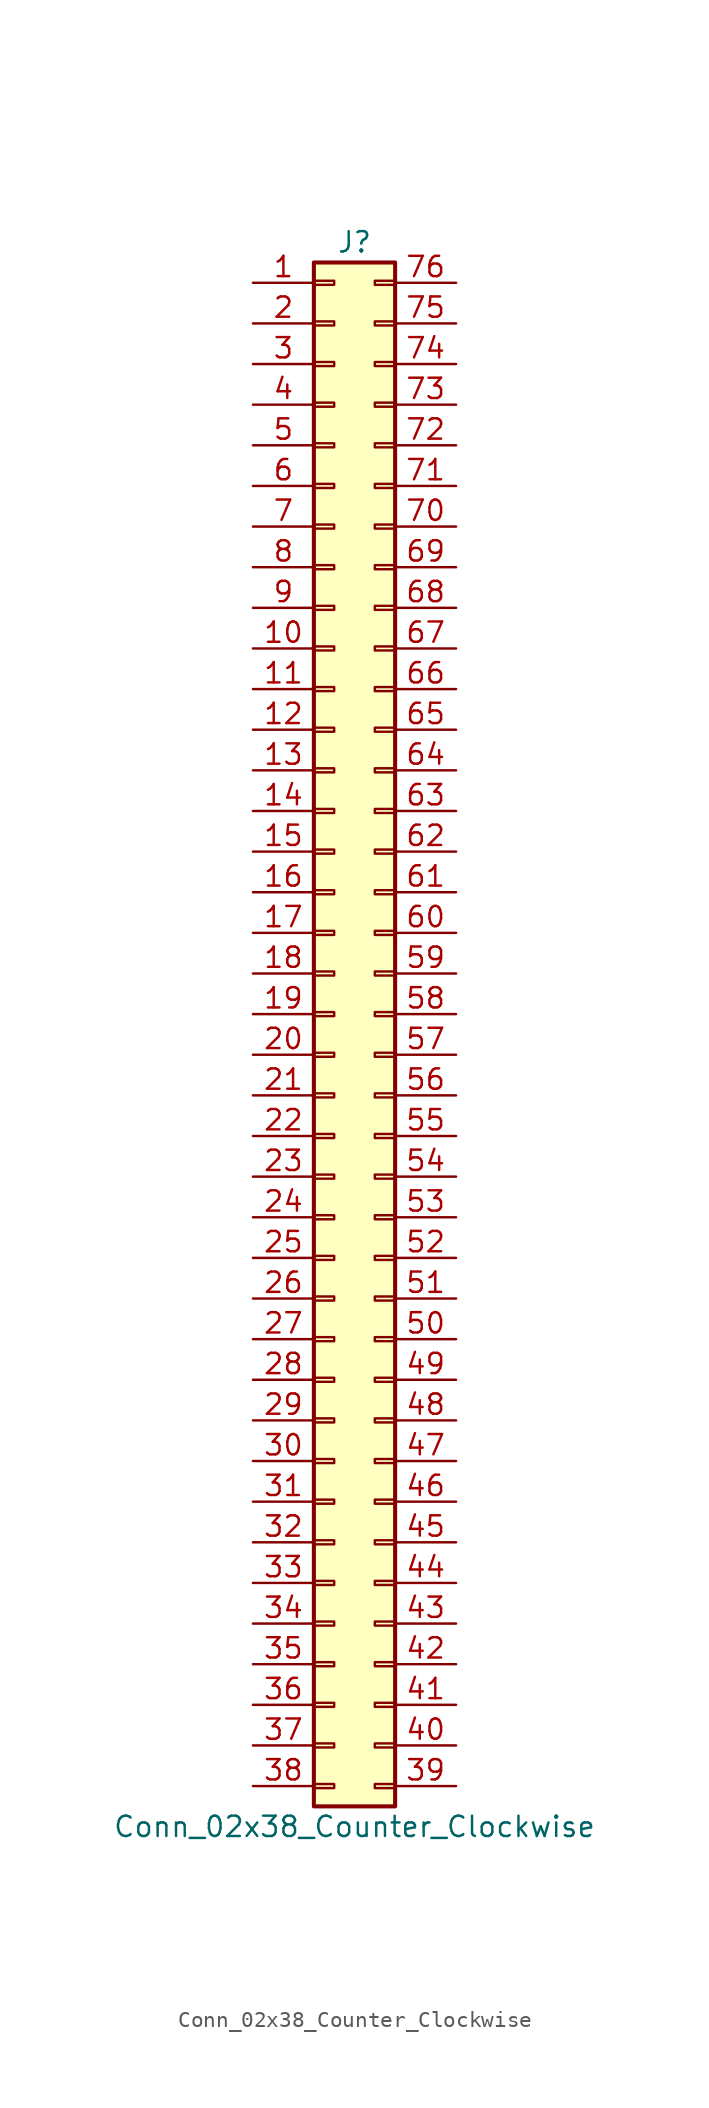
<source format=kicad_sym>
(kicad_symbol_lib
  (version 20201005)
  (generator kicad_symbol_editor)
  (symbol "Conn_02x38_Counter_Clockwise"
    (pin_names
      (offset 1.016) hide)
    (property "Reference" "J"
      (at 1.27 48.26 0)
      (effects (font (size 1.27 1.27))))
    (property "Value" "Conn_02x38_Counter_Clockwise"
      (at 1.27 -50.8 0)
      (effects (font (size 1.27 1.27))))
    (symbol "Conn_02x38_Counter_Clockwise_1_1"
      (rectangle (start -1.27 -48.133) (end 0 -48.387) (stroke (width 0.152)) (fill (type none)))
      (rectangle (start -1.27 -45.593) (end 0 -45.847) (stroke (width 0.152)) (fill (type none)))
      (rectangle (start -1.27 -43.053) (end 0 -43.307) (stroke (width 0.152)) (fill (type none)))
      (rectangle (start -1.27 -40.513) (end 0 -40.767) (stroke (width 0.152)) (fill (type none)))
      (rectangle (start -1.27 -37.973) (end 0 -38.227) (stroke (width 0.152)) (fill (type none)))
      (rectangle (start -1.27 -35.433) (end 0 -35.687) (stroke (width 0.152)) (fill (type none)))
      (rectangle (start -1.27 -32.893) (end 0 -33.147) (stroke (width 0.152)) (fill (type none)))
      (rectangle (start -1.27 -30.353) (end 0 -30.607) (stroke (width 0.152)) (fill (type none)))
      (rectangle (start -1.27 -27.813) (end 0 -28.067) (stroke (width 0.152)) (fill (type none)))
      (rectangle (start -1.27 -25.273) (end 0 -25.527) (stroke (width 0.152)) (fill (type none)))
      (rectangle (start -1.27 -22.733) (end 0 -22.987) (stroke (width 0.152)) (fill (type none)))
      (rectangle (start -1.27 -20.193) (end 0 -20.447) (stroke (width 0.152)) (fill (type none)))
      (rectangle (start -1.27 -17.653) (end 0 -17.907) (stroke (width 0.152)) (fill (type none)))
      (rectangle (start -1.27 -15.113) (end 0 -15.367) (stroke (width 0.152)) (fill (type none)))
      (rectangle (start -1.27 -12.573) (end 0 -12.827) (stroke (width 0.152)) (fill (type none)))
      (rectangle (start -1.27 -10.033) (end 0 -10.287) (stroke (width 0.152)) (fill (type none)))
      (rectangle (start -1.27 -7.493) (end 0 -7.747) (stroke (width 0.152)) (fill (type none)))
      (rectangle (start -1.27 -4.953) (end 0 -5.207) (stroke (width 0.152)) (fill (type none)))
      (rectangle (start -1.27 -2.413) (end 0 -2.667) (stroke (width 0.152)) (fill (type none)))
      (rectangle (start -1.27 0.127) (end 0 -0.127) (stroke (width 0.152)) (fill (type none)))
      (rectangle (start -1.27 2.667) (end 0 2.413) (stroke (width 0.152)) (fill (type none)))
      (rectangle (start -1.27 5.207) (end 0 4.953) (stroke (width 0.152)) (fill (type none)))
      (rectangle (start -1.27 7.747) (end 0 7.493) (stroke (width 0.152)) (fill (type none)))
      (rectangle (start -1.27 10.287) (end 0 10.033) (stroke (width 0.152)) (fill (type none)))
      (rectangle (start -1.27 12.827) (end 0 12.573) (stroke (width 0.152)) (fill (type none)))
      (rectangle (start -1.27 15.367) (end 0 15.113) (stroke (width 0.152)) (fill (type none)))
      (rectangle (start -1.27 17.907) (end 0 17.653) (stroke (width 0.152)) (fill (type none)))
      (rectangle (start -1.27 20.447) (end 0 20.193) (stroke (width 0.152)) (fill (type none)))
      (rectangle (start -1.27 22.987) (end 0 22.733) (stroke (width 0.152)) (fill (type none)))
      (rectangle (start -1.27 25.527) (end 0 25.273) (stroke (width 0.152)) (fill (type none)))
      (rectangle (start -1.27 28.067) (end 0 27.813) (stroke (width 0.152)) (fill (type none)))
      (rectangle (start -1.27 30.607) (end 0 30.353) (stroke (width 0.152)) (fill (type none)))
      (rectangle (start -1.27 33.147) (end 0 32.893) (stroke (width 0.152)) (fill (type none)))
      (rectangle (start -1.27 35.687) (end 0 35.433) (stroke (width 0.152)) (fill (type none)))
      (rectangle (start -1.27 38.227) (end 0 37.973) (stroke (width 0.152)) (fill (type none)))
      (rectangle (start -1.27 40.767) (end 0 40.513) (stroke (width 0.152)) (fill (type none)))
      (rectangle (start -1.27 43.307) (end 0 43.053) (stroke (width 0.152)) (fill (type none)))
      (rectangle (start -1.27 45.847) (end 0 45.593) (stroke (width 0.152)) (fill (type none)))
      (rectangle (start 3.81 -48.133) (end 2.54 -48.387) (stroke (width 0.152)) (fill (type none)))
      (rectangle (start 3.81 -45.593) (end 2.54 -45.847) (stroke (width 0.152)) (fill (type none)))
      (rectangle (start 3.81 -43.053) (end 2.54 -43.307) (stroke (width 0.152)) (fill (type none)))
      (rectangle (start 3.81 -40.513) (end 2.54 -40.767) (stroke (width 0.152)) (fill (type none)))
      (rectangle (start 3.81 -37.973) (end 2.54 -38.227) (stroke (width 0.152)) (fill (type none)))
      (rectangle (start 3.81 -35.433) (end 2.54 -35.687) (stroke (width 0.152)) (fill (type none)))
      (rectangle (start 3.81 -32.893) (end 2.54 -33.147) (stroke (width 0.152)) (fill (type none)))
      (rectangle (start 3.81 -30.353) (end 2.54 -30.607) (stroke (width 0.152)) (fill (type none)))
      (rectangle (start 3.81 -27.813) (end 2.54 -28.067) (stroke (width 0.152)) (fill (type none)))
      (rectangle (start 3.81 -25.273) (end 2.54 -25.527) (stroke (width 0.152)) (fill (type none)))
      (rectangle (start 3.81 -22.733) (end 2.54 -22.987) (stroke (width 0.152)) (fill (type none)))
      (rectangle (start 3.81 -20.193) (end 2.54 -20.447) (stroke (width 0.152)) (fill (type none)))
      (rectangle (start 3.81 -17.653) (end 2.54 -17.907) (stroke (width 0.152)) (fill (type none)))
      (rectangle (start 3.81 -15.113) (end 2.54 -15.367) (stroke (width 0.152)) (fill (type none)))
      (rectangle (start 3.81 -12.573) (end 2.54 -12.827) (stroke (width 0.152)) (fill (type none)))
      (rectangle (start 3.81 -10.033) (end 2.54 -10.287) (stroke (width 0.152)) (fill (type none)))
      (rectangle (start 3.81 -7.493) (end 2.54 -7.747) (stroke (width 0.152)) (fill (type none)))
      (rectangle (start 3.81 -4.953) (end 2.54 -5.207) (stroke (width 0.152)) (fill (type none)))
      (rectangle (start 3.81 -2.413) (end 2.54 -2.667) (stroke (width 0.152)) (fill (type none)))
      (rectangle (start 3.81 0.127) (end 2.54 -0.127) (stroke (width 0.152)) (fill (type none)))
      (rectangle (start 3.81 2.667) (end 2.54 2.413) (stroke (width 0.152)) (fill (type none)))
      (rectangle (start 3.81 5.207) (end 2.54 4.953) (stroke (width 0.152)) (fill (type none)))
      (rectangle (start 3.81 7.747) (end 2.54 7.493) (stroke (width 0.152)) (fill (type none)))
      (rectangle (start 3.81 10.287) (end 2.54 10.033) (stroke (width 0.152)) (fill (type none)))
      (rectangle (start 3.81 12.827) (end 2.54 12.573) (stroke (width 0.152)) (fill (type none)))
      (rectangle (start 3.81 15.367) (end 2.54 15.113) (stroke (width 0.152)) (fill (type none)))
      (rectangle (start 3.81 17.907) (end 2.54 17.653) (stroke (width 0.152)) (fill (type none)))
      (rectangle (start 3.81 20.447) (end 2.54 20.193) (stroke (width 0.152)) (fill (type none)))
      (rectangle (start 3.81 22.987) (end 2.54 22.733) (stroke (width 0.152)) (fill (type none)))
      (rectangle (start 3.81 25.527) (end 2.54 25.273) (stroke (width 0.152)) (fill (type none)))
      (rectangle (start 3.81 28.067) (end 2.54 27.813) (stroke (width 0.152)) (fill (type none)))
      (rectangle (start 3.81 30.607) (end 2.54 30.353) (stroke (width 0.152)) (fill (type none)))
      (rectangle (start 3.81 33.147) (end 2.54 32.893) (stroke (width 0.152)) (fill (type none)))
      (rectangle (start 3.81 35.687) (end 2.54 35.433) (stroke (width 0.152)) (fill (type none)))
      (rectangle (start 3.81 38.227) (end 2.54 37.973) (stroke (width 0.152)) (fill (type none)))
      (rectangle (start 3.81 40.767) (end 2.54 40.513) (stroke (width 0.152)) (fill (type none)))
      (rectangle (start 3.81 43.307) (end 2.54 43.053) (stroke (width 0.152)) (fill (type none)))
      (rectangle (start 3.81 45.847) (end 2.54 45.593) (stroke (width 0.152)) (fill (type none)))
      (rectangle (start -1.27 46.99) (end 3.81 -49.53) (stroke (width 0.254)) (fill (type background)))
      (pin passive line (at -5.08 45.72 0) (length 3.81) (name "Pin_1" (effects (font (size 1.27 1.27)))) (number "1" (effects (font (size 1.27 1.27)))))
      (pin passive line (at -5.08 22.86 0) (length 3.81) (name "Pin_10" (effects (font (size 1.27 1.27)))) (number "10" (effects (font (size 1.27 1.27)))))
      (pin passive line (at -5.08 20.32 0) (length 3.81) (name "Pin_11" (effects (font (size 1.27 1.27)))) (number "11" (effects (font (size 1.27 1.27)))))
      (pin passive line (at -5.08 17.78 0) (length 3.81) (name "Pin_12" (effects (font (size 1.27 1.27)))) (number "12" (effects (font (size 1.27 1.27)))))
      (pin passive line (at -5.08 15.24 0) (length 3.81) (name "Pin_13" (effects (font (size 1.27 1.27)))) (number "13" (effects (font (size 1.27 1.27)))))
      (pin passive line (at -5.08 12.7 0) (length 3.81) (name "Pin_14" (effects (font (size 1.27 1.27)))) (number "14" (effects (font (size 1.27 1.27)))))
      (pin passive line (at -5.08 10.16 0) (length 3.81) (name "Pin_15" (effects (font (size 1.27 1.27)))) (number "15" (effects (font (size 1.27 1.27)))))
      (pin passive line (at -5.08 7.62 0) (length 3.81) (name "Pin_16" (effects (font (size 1.27 1.27)))) (number "16" (effects (font (size 1.27 1.27)))))
      (pin passive line (at -5.08 5.08 0) (length 3.81) (name "Pin_17" (effects (font (size 1.27 1.27)))) (number "17" (effects (font (size 1.27 1.27)))))
      (pin passive line (at -5.08 2.54 0) (length 3.81) (name "Pin_18" (effects (font (size 1.27 1.27)))) (number "18" (effects (font (size 1.27 1.27)))))
      (pin passive line (at -5.08 0 0) (length 3.81) (name "Pin_19" (effects (font (size 1.27 1.27)))) (number "19" (effects (font (size 1.27 1.27)))))
      (pin passive line (at -5.08 43.18 0) (length 3.81) (name "Pin_2" (effects (font (size 1.27 1.27)))) (number "2" (effects (font (size 1.27 1.27)))))
      (pin passive line (at -5.08 -2.54 0) (length 3.81) (name "Pin_20" (effects (font (size 1.27 1.27)))) (number "20" (effects (font (size 1.27 1.27)))))
      (pin passive line (at -5.08 -5.08 0) (length 3.81) (name "Pin_21" (effects (font (size 1.27 1.27)))) (number "21" (effects (font (size 1.27 1.27)))))
      (pin passive line (at -5.08 -7.62 0) (length 3.81) (name "Pin_22" (effects (font (size 1.27 1.27)))) (number "22" (effects (font (size 1.27 1.27)))))
      (pin passive line (at -5.08 -10.16 0) (length 3.81) (name "Pin_23" (effects (font (size 1.27 1.27)))) (number "23" (effects (font (size 1.27 1.27)))))
      (pin passive line (at -5.08 -12.7 0) (length 3.81) (name "Pin_24" (effects (font (size 1.27 1.27)))) (number "24" (effects (font (size 1.27 1.27)))))
      (pin passive line (at -5.08 -15.24 0) (length 3.81) (name "Pin_25" (effects (font (size 1.27 1.27)))) (number "25" (effects (font (size 1.27 1.27)))))
      (pin passive line (at -5.08 -17.78 0) (length 3.81) (name "Pin_26" (effects (font (size 1.27 1.27)))) (number "26" (effects (font (size 1.27 1.27)))))
      (pin passive line (at -5.08 -20.32 0) (length 3.81) (name "Pin_27" (effects (font (size 1.27 1.27)))) (number "27" (effects (font (size 1.27 1.27)))))
      (pin passive line (at -5.08 -22.86 0) (length 3.81) (name "Pin_28" (effects (font (size 1.27 1.27)))) (number "28" (effects (font (size 1.27 1.27)))))
      (pin passive line (at -5.08 -25.4 0) (length 3.81) (name "Pin_29" (effects (font (size 1.27 1.27)))) (number "29" (effects (font (size 1.27 1.27)))))
      (pin passive line (at -5.08 40.64 0) (length 3.81) (name "Pin_3" (effects (font (size 1.27 1.27)))) (number "3" (effects (font (size 1.27 1.27)))))
      (pin passive line (at -5.08 -27.94 0) (length 3.81) (name "Pin_30" (effects (font (size 1.27 1.27)))) (number "30" (effects (font (size 1.27 1.27)))))
      (pin passive line (at -5.08 -30.48 0) (length 3.81) (name "Pin_31" (effects (font (size 1.27 1.27)))) (number "31" (effects (font (size 1.27 1.27)))))
      (pin passive line (at -5.08 -33.02 0) (length 3.81) (name "Pin_32" (effects (font (size 1.27 1.27)))) (number "32" (effects (font (size 1.27 1.27)))))
      (pin passive line (at -5.08 -35.56 0) (length 3.81) (name "Pin_33" (effects (font (size 1.27 1.27)))) (number "33" (effects (font (size 1.27 1.27)))))
      (pin passive line (at -5.08 -38.1 0) (length 3.81) (name "Pin_34" (effects (font (size 1.27 1.27)))) (number "34" (effects (font (size 1.27 1.27)))))
      (pin passive line (at -5.08 -40.64 0) (length 3.81) (name "Pin_35" (effects (font (size 1.27 1.27)))) (number "35" (effects (font (size 1.27 1.27)))))
      (pin passive line (at -5.08 -43.18 0) (length 3.81) (name "Pin_36" (effects (font (size 1.27 1.27)))) (number "36" (effects (font (size 1.27 1.27)))))
      (pin passive line (at -5.08 -45.72 0) (length 3.81) (name "Pin_37" (effects (font (size 1.27 1.27)))) (number "37" (effects (font (size 1.27 1.27)))))
      (pin passive line (at -5.08 -48.26 0) (length 3.81) (name "Pin_38" (effects (font (size 1.27 1.27)))) (number "38" (effects (font (size 1.27 1.27)))))
      (pin passive line (at 7.62 -48.26 180) (length 3.81) (name "Pin_39" (effects (font (size 1.27 1.27)))) (number "39" (effects (font (size 1.27 1.27)))))
      (pin passive line (at -5.08 38.1 0) (length 3.81) (name "Pin_4" (effects (font (size 1.27 1.27)))) (number "4" (effects (font (size 1.27 1.27)))))
      (pin passive line (at 7.62 -45.72 180) (length 3.81) (name "Pin_40" (effects (font (size 1.27 1.27)))) (number "40" (effects (font (size 1.27 1.27)))))
      (pin passive line (at 7.62 -43.18 180) (length 3.81) (name "Pin_41" (effects (font (size 1.27 1.27)))) (number "41" (effects (font (size 1.27 1.27)))))
      (pin passive line (at 7.62 -40.64 180) (length 3.81) (name "Pin_42" (effects (font (size 1.27 1.27)))) (number "42" (effects (font (size 1.27 1.27)))))
      (pin passive line (at 7.62 -38.1 180) (length 3.81) (name "Pin_43" (effects (font (size 1.27 1.27)))) (number "43" (effects (font (size 1.27 1.27)))))
      (pin passive line (at 7.62 -35.56 180) (length 3.81) (name "Pin_44" (effects (font (size 1.27 1.27)))) (number "44" (effects (font (size 1.27 1.27)))))
      (pin passive line (at 7.62 -33.02 180) (length 3.81) (name "Pin_45" (effects (font (size 1.27 1.27)))) (number "45" (effects (font (size 1.27 1.27)))))
      (pin passive line (at 7.62 -30.48 180) (length 3.81) (name "Pin_46" (effects (font (size 1.27 1.27)))) (number "46" (effects (font (size 1.27 1.27)))))
      (pin passive line (at 7.62 -27.94 180) (length 3.81) (name "Pin_47" (effects (font (size 1.27 1.27)))) (number "47" (effects (font (size 1.27 1.27)))))
      (pin passive line (at 7.62 -25.4 180) (length 3.81) (name "Pin_48" (effects (font (size 1.27 1.27)))) (number "48" (effects (font (size 1.27 1.27)))))
      (pin passive line (at 7.62 -22.86 180) (length 3.81) (name "Pin_49" (effects (font (size 1.27 1.27)))) (number "49" (effects (font (size 1.27 1.27)))))
      (pin passive line (at -5.08 35.56 0) (length 3.81) (name "Pin_5" (effects (font (size 1.27 1.27)))) (number "5" (effects (font (size 1.27 1.27)))))
      (pin passive line (at 7.62 -20.32 180) (length 3.81) (name "Pin_50" (effects (font (size 1.27 1.27)))) (number "50" (effects (font (size 1.27 1.27)))))
      (pin passive line (at 7.62 -17.78 180) (length 3.81) (name "Pin_51" (effects (font (size 1.27 1.27)))) (number "51" (effects (font (size 1.27 1.27)))))
      (pin passive line (at 7.62 -15.24 180) (length 3.81) (name "Pin_52" (effects (font (size 1.27 1.27)))) (number "52" (effects (font (size 1.27 1.27)))))
      (pin passive line (at 7.62 -12.7 180) (length 3.81) (name "Pin_53" (effects (font (size 1.27 1.27)))) (number "53" (effects (font (size 1.27 1.27)))))
      (pin passive line (at 7.62 -10.16 180) (length 3.81) (name "Pin_54" (effects (font (size 1.27 1.27)))) (number "54" (effects (font (size 1.27 1.27)))))
      (pin passive line (at 7.62 -7.62 180) (length 3.81) (name "Pin_55" (effects (font (size 1.27 1.27)))) (number "55" (effects (font (size 1.27 1.27)))))
      (pin passive line (at 7.62 -5.08 180) (length 3.81) (name "Pin_56" (effects (font (size 1.27 1.27)))) (number "56" (effects (font (size 1.27 1.27)))))
      (pin passive line (at 7.62 -2.54 180) (length 3.81) (name "Pin_57" (effects (font (size 1.27 1.27)))) (number "57" (effects (font (size 1.27 1.27)))))
      (pin passive line (at 7.62 0 180) (length 3.81) (name "Pin_58" (effects (font (size 1.27 1.27)))) (number "58" (effects (font (size 1.27 1.27)))))
      (pin passive line (at 7.62 2.54 180) (length 3.81) (name "Pin_59" (effects (font (size 1.27 1.27)))) (number "59" (effects (font (size 1.27 1.27)))))
      (pin passive line (at -5.08 33.02 0) (length 3.81) (name "Pin_6" (effects (font (size 1.27 1.27)))) (number "6" (effects (font (size 1.27 1.27)))))
      (pin passive line (at 7.62 5.08 180) (length 3.81) (name "Pin_60" (effects (font (size 1.27 1.27)))) (number "60" (effects (font (size 1.27 1.27)))))
      (pin passive line (at 7.62 7.62 180) (length 3.81) (name "Pin_61" (effects (font (size 1.27 1.27)))) (number "61" (effects (font (size 1.27 1.27)))))
      (pin passive line (at 7.62 10.16 180) (length 3.81) (name "Pin_62" (effects (font (size 1.27 1.27)))) (number "62" (effects (font (size 1.27 1.27)))))
      (pin passive line (at 7.62 12.7 180) (length 3.81) (name "Pin_63" (effects (font (size 1.27 1.27)))) (number "63" (effects (font (size 1.27 1.27)))))
      (pin passive line (at 7.62 15.24 180) (length 3.81) (name "Pin_64" (effects (font (size 1.27 1.27)))) (number "64" (effects (font (size 1.27 1.27)))))
      (pin passive line (at 7.62 17.78 180) (length 3.81) (name "Pin_65" (effects (font (size 1.27 1.27)))) (number "65" (effects (font (size 1.27 1.27)))))
      (pin passive line (at 7.62 20.32 180) (length 3.81) (name "Pin_66" (effects (font (size 1.27 1.27)))) (number "66" (effects (font (size 1.27 1.27)))))
      (pin passive line (at 7.62 22.86 180) (length 3.81) (name "Pin_67" (effects (font (size 1.27 1.27)))) (number "67" (effects (font (size 1.27 1.27)))))
      (pin passive line (at 7.62 25.4 180) (length 3.81) (name "Pin_68" (effects (font (size 1.27 1.27)))) (number "68" (effects (font (size 1.27 1.27)))))
      (pin passive line (at 7.62 27.94 180) (length 3.81) (name "Pin_69" (effects (font (size 1.27 1.27)))) (number "69" (effects (font (size 1.27 1.27)))))
      (pin passive line (at -5.08 30.48 0) (length 3.81) (name "Pin_7" (effects (font (size 1.27 1.27)))) (number "7" (effects (font (size 1.27 1.27)))))
      (pin passive line (at 7.62 30.48 180) (length 3.81) (name "Pin_70" (effects (font (size 1.27 1.27)))) (number "70" (effects (font (size 1.27 1.27)))))
      (pin passive line (at 7.62 33.02 180) (length 3.81) (name "Pin_71" (effects (font (size 1.27 1.27)))) (number "71" (effects (font (size 1.27 1.27)))))
      (pin passive line (at 7.62 35.56 180) (length 3.81) (name "Pin_72" (effects (font (size 1.27 1.27)))) (number "72" (effects (font (size 1.27 1.27)))))
      (pin passive line (at 7.62 38.1 180) (length 3.81) (name "Pin_73" (effects (font (size 1.27 1.27)))) (number "73" (effects (font (size 1.27 1.27)))))
      (pin passive line (at 7.62 40.64 180) (length 3.81) (name "Pin_74" (effects (font (size 1.27 1.27)))) (number "74" (effects (font (size 1.27 1.27)))))
      (pin passive line (at 7.62 43.18 180) (length 3.81) (name "Pin_75" (effects (font (size 1.27 1.27)))) (number "75" (effects (font (size 1.27 1.27)))))
      (pin passive line (at 7.62 45.72 180) (length 3.81) (name "Pin_76" (effects (font (size 1.27 1.27)))) (number "76" (effects (font (size 1.27 1.27)))))
      (pin passive line (at -5.08 27.94 0) (length 3.81) (name "Pin_8" (effects (font (size 1.27 1.27)))) (number "8" (effects (font (size 1.27 1.27)))))
      (pin passive line (at -5.08 25.4 0) (length 3.81) (name "Pin_9" (effects (font (size 1.27 1.27)))) (number "9" (effects (font (size 1.27 1.27))))))))
</source>
